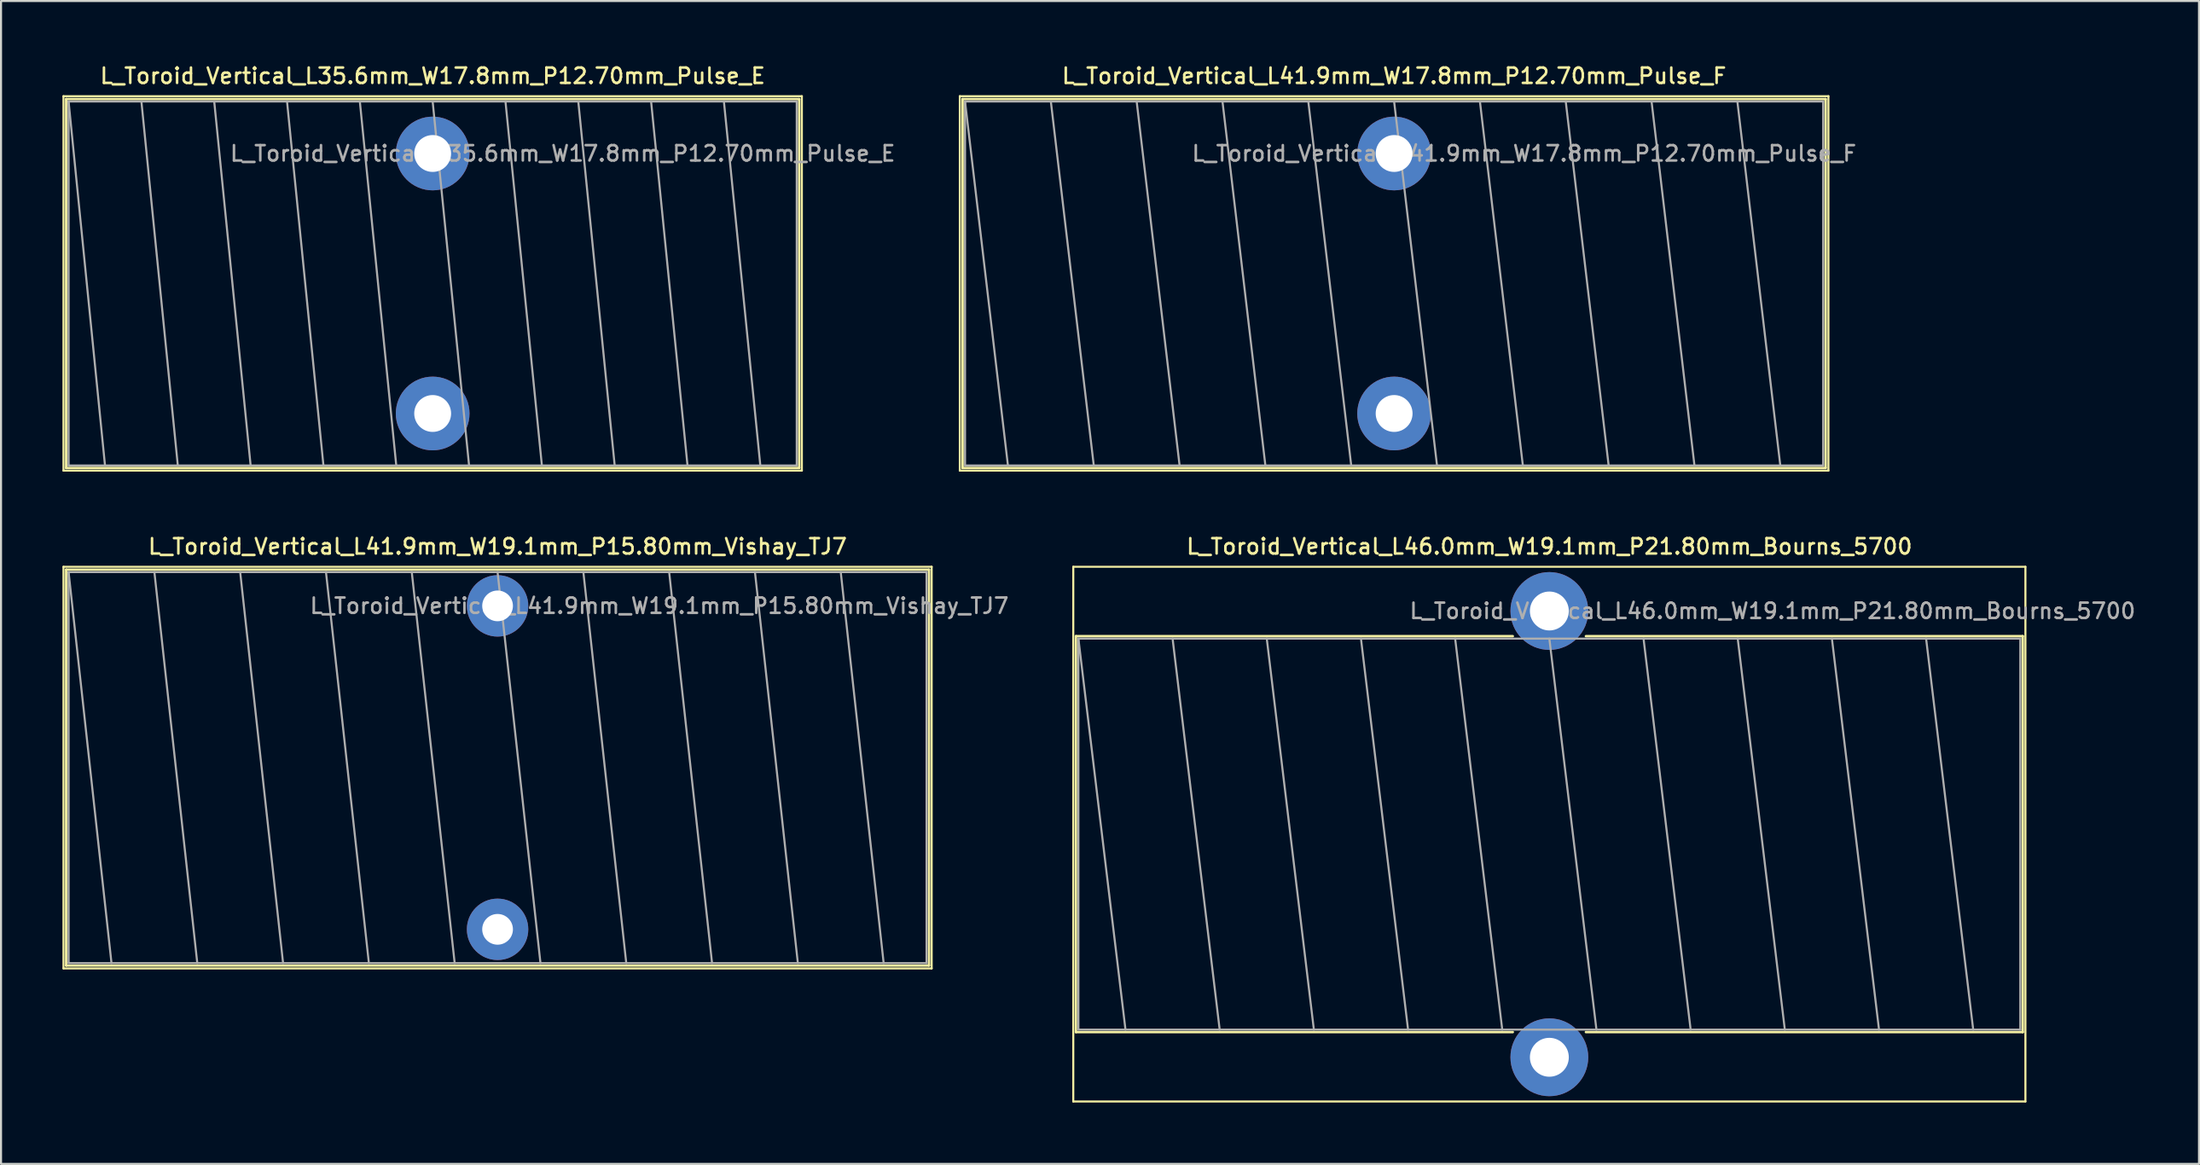
<source format=kicad_pcb>
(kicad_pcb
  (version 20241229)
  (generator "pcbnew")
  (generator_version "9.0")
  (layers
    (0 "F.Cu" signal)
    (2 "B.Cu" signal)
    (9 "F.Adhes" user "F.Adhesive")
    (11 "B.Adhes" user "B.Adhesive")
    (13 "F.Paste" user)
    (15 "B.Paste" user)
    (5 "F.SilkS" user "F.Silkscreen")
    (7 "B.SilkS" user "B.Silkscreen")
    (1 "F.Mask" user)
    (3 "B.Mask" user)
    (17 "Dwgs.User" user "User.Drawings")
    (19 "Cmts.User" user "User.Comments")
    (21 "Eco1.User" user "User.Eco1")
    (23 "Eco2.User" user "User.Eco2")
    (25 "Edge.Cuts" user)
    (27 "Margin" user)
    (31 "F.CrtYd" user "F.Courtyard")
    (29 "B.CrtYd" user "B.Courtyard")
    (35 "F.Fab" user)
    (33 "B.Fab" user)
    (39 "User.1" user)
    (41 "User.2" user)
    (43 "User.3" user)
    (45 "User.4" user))
  (footprint "L_Toroid_Vertical_L35.6mm_W17.8mm_P12.70mm_Pulse_E"
    (layer "F.Cu")
    (at 18.08 4.448)
    (property "Reference" "L_Toroid_Vertical_L35.6mm_W17.8mm_P12.70mm_Pulse_E" (at 0 -3.79 0) (layer "F.SilkS") (effects (font (size 0.75 0.75) (thickness 0.125))))
    (attr through_hole)
    (fp_line (start -18.03 -2.8) (end -18.03 15.49) (stroke (width 0.1) (type solid)) (layer "F.SilkS"))
    (fp_line (start -18.03 15.49) (end 18.03 15.49) (stroke (width 0.1) (type solid)) (layer "F.SilkS"))
    (fp_line (start -17.9 -2.66) (end -17.9 15.36) (stroke (width 0.12) (type solid)) (layer "F.SilkS"))
    (fp_line (start -17.9 -2.66) (end 17.9 -2.66) (stroke (width 0.12) (type solid)) (layer "F.SilkS"))
    (fp_line (start -17.9 15.36) (end 17.9 15.36) (stroke (width 0.12) (type solid)) (layer "F.SilkS"))
    (fp_line (start 17.9 -2.66) (end 17.9 15.36) (stroke (width 0.12) (type solid)) (layer "F.SilkS"))
    (fp_line (start 18.03 -2.8) (end -18.03 -2.8) (stroke (width 0.1) (type solid)) (layer "F.SilkS"))
    (fp_line (start 18.03 15.49) (end 18.03 -2.8) (stroke (width 0.1) (type solid)) (layer "F.SilkS"))
    (fp_line (start -17.78 -2.54) (end -17.78 15.24) (stroke (width 0.1) (type solid)) (layer "F.Fab"))
    (fp_line (start -17.78 -2.54) (end -16.002 15.24) (stroke (width 0.1) (type solid)) (layer "F.Fab"))
    (fp_line (start -17.78 15.24) (end 17.78 15.24) (stroke (width 0.1) (type solid)) (layer "F.Fab"))
    (fp_line (start -14.224 -2.54) (end -12.446 15.24) (stroke (width 0.1) (type solid)) (layer "F.Fab"))
    (fp_line (start -10.668 -2.54) (end -8.89 15.24) (stroke (width 0.1) (type solid)) (layer "F.Fab"))
    (fp_line (start -7.112 -2.54) (end -5.334 15.24) (stroke (width 0.1) (type solid)) (layer "F.Fab"))
    (fp_line (start -3.556 -2.54) (end -1.778 15.24) (stroke (width 0.1) (type solid)) (layer "F.Fab"))
    (fp_line (start 0 -2.54) (end 1.778 15.24) (stroke (width 0.1) (type solid)) (layer "F.Fab"))
    (fp_line (start 3.556 -2.54) (end 5.334 15.24) (stroke (width 0.1) (type solid)) (layer "F.Fab"))
    (fp_line (start 7.112 -2.54) (end 8.89 15.24) (stroke (width 0.1) (type solid)) (layer "F.Fab"))
    (fp_line (start 10.668 -2.54) (end 12.446 15.24) (stroke (width 0.1) (type solid)) (layer "F.Fab"))
    (fp_line (start 14.224 -2.54) (end 16.002 15.24) (stroke (width 0.1) (type solid)) (layer "F.Fab"))
    (fp_line (start 17.78 -2.54) (end -17.78 -2.54) (stroke (width 0.1) (type solid)) (layer "F.Fab"))
    (fp_line (start 17.78 15.24) (end 17.78 -2.54) (stroke (width 0.1) (type solid)) (layer "F.Fab"))
    (fp_text user "${REFERENCE}" (at 6.35 0 0) (layer "F.Fab") (effects (font (size 0.75 0.75) (thickness 0.125))))
    (pad "1" thru_hole circle (at 0 0) (size 3.6 3.6) (drill 1.8) (layers "*.Cu" "*.Mask"))
    (pad "2" thru_hole circle (at 0 12.7) (size 3.6 3.6) (drill 1.8) (layers "*.Cu" "*.Mask")))
  (footprint "L_Toroid_Vertical_L41.9mm_W17.8mm_P12.70mm_Pulse_F"
    (layer "F.Cu")
    (at 65.035 4.448)
    (property "Reference" "L_Toroid_Vertical_L41.9mm_W17.8mm_P12.70mm_Pulse_F" (at 0 -3.79 0) (layer "F.SilkS") (effects (font (size 0.75 0.75) (thickness 0.125))))
    (attr through_hole)
    (fp_line (start -21.21 -2.8) (end -21.21 15.49) (stroke (width 0.1) (type solid)) (layer "F.SilkS"))
    (fp_line (start -21.21 15.49) (end 21.21 15.49) (stroke (width 0.1) (type solid)) (layer "F.SilkS"))
    (fp_line (start -21.075 -2.66) (end -21.075 15.36) (stroke (width 0.12) (type solid)) (layer "F.SilkS"))
    (fp_line (start -21.075 -2.66) (end 21.075 -2.66) (stroke (width 0.12) (type solid)) (layer "F.SilkS"))
    (fp_line (start -21.075 15.36) (end 21.075 15.36) (stroke (width 0.12) (type solid)) (layer "F.SilkS"))
    (fp_line (start 21.075 -2.66) (end 21.075 15.36) (stroke (width 0.12) (type solid)) (layer "F.SilkS"))
    (fp_line (start 21.21 -2.8) (end -21.21 -2.8) (stroke (width 0.1) (type solid)) (layer "F.SilkS"))
    (fp_line (start 21.21 15.49) (end 21.21 -2.8) (stroke (width 0.1) (type solid)) (layer "F.SilkS"))
    (fp_line (start -20.955 -2.54) (end -20.955 15.24) (stroke (width 0.1) (type solid)) (layer "F.Fab"))
    (fp_line (start -20.955 -2.54) (end -18.86 15.24) (stroke (width 0.1) (type solid)) (layer "F.Fab"))
    (fp_line (start -20.955 15.24) (end 20.955 15.24) (stroke (width 0.1) (type solid)) (layer "F.Fab"))
    (fp_line (start -16.764 -2.54) (end -14.668 15.24) (stroke (width 0.1) (type solid)) (layer "F.Fab"))
    (fp_line (start -12.573 -2.54) (end -10.477 15.24) (stroke (width 0.1) (type solid)) (layer "F.Fab"))
    (fp_line (start -8.382 -2.54) (end -6.287 15.24) (stroke (width 0.1) (type solid)) (layer "F.Fab"))
    (fp_line (start -4.191 -2.54) (end -2.095 15.24) (stroke (width 0.1) (type solid)) (layer "F.Fab"))
    (fp_line (start 0 -2.54) (end 2.095 15.24) (stroke (width 0.1) (type solid)) (layer "F.Fab"))
    (fp_line (start 4.191 -2.54) (end 6.287 15.24) (stroke (width 0.1) (type solid)) (layer "F.Fab"))
    (fp_line (start 8.382 -2.54) (end 10.477 15.24) (stroke (width 0.1) (type solid)) (layer "F.Fab"))
    (fp_line (start 12.573 -2.54) (end 14.668 15.24) (stroke (width 0.1) (type solid)) (layer "F.Fab"))
    (fp_line (start 16.764 -2.54) (end 18.86 15.24) (stroke (width 0.1) (type solid)) (layer "F.Fab"))
    (fp_line (start 20.955 -2.54) (end -20.955 -2.54) (stroke (width 0.1) (type solid)) (layer "F.Fab"))
    (fp_line (start 20.955 15.24) (end 20.955 -2.54) (stroke (width 0.1) (type solid)) (layer "F.Fab"))
    (fp_text user "${REFERENCE}" (at 6.35 0 0) (layer "F.Fab") (effects (font (size 0.75 0.75) (thickness 0.125))))
    (pad "1" thru_hole circle (at 0 0) (size 3.6 3.6) (drill 1.8) (layers "*.Cu" "*.Mask"))
    (pad "2" thru_hole circle (at 0 12.7) (size 3.6 3.6) (drill 1.8) (layers "*.Cu" "*.Mask")))
  (footprint "L_Toroid_Vertical_L41.9mm_W19.1mm_P15.80mm_Vishay_TJ7"
    (layer "F.Cu")
    (at 21.25 26.546)
    (property "Reference" "L_Toroid_Vertical_L41.9mm_W19.1mm_P15.80mm_Vishay_TJ7" (at 0 -2.9 0) (layer "F.SilkS") (effects (font (size 0.75 0.75) (thickness 0.125))))
    (attr through_hole)
    (fp_line (start -21.2 -1.91) (end -21.2 17.71) (stroke (width 0.1) (type solid)) (layer "F.SilkS"))
    (fp_line (start -21.2 17.71) (end 21.2 17.71) (stroke (width 0.1) (type solid)) (layer "F.SilkS"))
    (fp_line (start -21.07 -1.77) (end -21.07 17.57) (stroke (width 0.12) (type solid)) (layer "F.SilkS"))
    (fp_line (start -21.07 -1.77) (end 21.07 -1.77) (stroke (width 0.12) (type solid)) (layer "F.SilkS"))
    (fp_line (start -21.07 17.57) (end 21.07 17.57) (stroke (width 0.12) (type solid)) (layer "F.SilkS"))
    (fp_line (start 21.07 -1.77) (end 21.07 17.57) (stroke (width 0.12) (type solid)) (layer "F.SilkS"))
    (fp_line (start 21.2 -1.91) (end -21.2 -1.91) (stroke (width 0.1) (type solid)) (layer "F.SilkS"))
    (fp_line (start 21.2 17.71) (end 21.2 -1.91) (stroke (width 0.1) (type solid)) (layer "F.SilkS"))
    (fp_line (start -20.95 -1.65) (end -20.95 17.45) (stroke (width 0.1) (type solid)) (layer "F.Fab"))
    (fp_line (start -20.95 -1.65) (end -18.855 17.45) (stroke (width 0.1) (type solid)) (layer "F.Fab"))
    (fp_line (start -20.95 17.45) (end 20.95 17.45) (stroke (width 0.1) (type solid)) (layer "F.Fab"))
    (fp_line (start -16.76 -1.65) (end -14.665 17.45) (stroke (width 0.1) (type solid)) (layer "F.Fab"))
    (fp_line (start -12.57 -1.65) (end -10.475 17.45) (stroke (width 0.1) (type solid)) (layer "F.Fab"))
    (fp_line (start -8.38 -1.65) (end -6.285 17.45) (stroke (width 0.1) (type solid)) (layer "F.Fab"))
    (fp_line (start -4.19 -1.65) (end -2.095 17.45) (stroke (width 0.1) (type solid)) (layer "F.Fab"))
    (fp_line (start 0 -1.65) (end 2.095 17.45) (stroke (width 0.1) (type solid)) (layer "F.Fab"))
    (fp_line (start 4.19 -1.65) (end 6.285 17.45) (stroke (width 0.1) (type solid)) (layer "F.Fab"))
    (fp_line (start 8.38 -1.65) (end 10.475 17.45) (stroke (width 0.1) (type solid)) (layer "F.Fab"))
    (fp_line (start 12.57 -1.65) (end 14.665 17.45) (stroke (width 0.1) (type solid)) (layer "F.Fab"))
    (fp_line (start 16.76 -1.65) (end 18.855 17.45) (stroke (width 0.1) (type solid)) (layer "F.Fab"))
    (fp_line (start 20.95 -1.65) (end -20.95 -1.65) (stroke (width 0.1) (type solid)) (layer "F.Fab"))
    (fp_line (start 20.95 17.45) (end 20.95 -1.65) (stroke (width 0.1) (type solid)) (layer "F.Fab"))
    (fp_text user "${REFERENCE}" (at 7.9 0 0) (layer "F.Fab") (effects (font (size 0.75 0.75) (thickness 0.125))))
    (pad "1" thru_hole circle (at 0 0) (size 3 3) (drill 1.5) (layers "*.Cu" "*.Mask"))
    (pad "2" thru_hole circle (at 0 15.8) (size 3 3) (drill 1.5) (layers "*.Cu" "*.Mask")))
  (footprint "L_Toroid_Vertical_L46.0mm_W19.1mm_P21.80mm_Bourns_5700"
    (layer "F.Cu")
    (at 72.616 26.796)
    (property "Reference" "L_Toroid_Vertical_L46.0mm_W19.1mm_P21.80mm_Bourns_5700" (at 0 -3.15 0) (layer "F.SilkS") (effects (font (size 0.75 0.75) (thickness 0.125))))
    (attr through_hole)
    (fp_line (start -23.25 -2.16) (end -23.25 23.96) (stroke (width 0.1) (type solid)) (layer "F.SilkS"))
    (fp_line (start -23.25 23.96) (end 23.25 23.96) (stroke (width 0.1) (type solid)) (layer "F.SilkS"))
    (fp_line (start -23.12 1.23) (end -23.12 20.57) (stroke (width 0.12) (type solid)) (layer "F.SilkS"))
    (fp_line (start -23.12 1.23) (end -1.785 1.23) (stroke (width 0.12) (type solid)) (layer "F.SilkS"))
    (fp_line (start -23.12 20.57) (end -1.785 20.57) (stroke (width 0.12) (type solid)) (layer "F.SilkS"))
    (fp_line (start 1.785 1.23) (end 23.12 1.23) (stroke (width 0.12) (type solid)) (layer "F.SilkS"))
    (fp_line (start 1.785 20.57) (end 23.12 20.57) (stroke (width 0.12) (type solid)) (layer "F.SilkS"))
    (fp_line (start 23.12 1.23) (end 23.12 20.57) (stroke (width 0.12) (type solid)) (layer "F.SilkS"))
    (fp_line (start 23.25 -2.16) (end -23.25 -2.16) (stroke (width 0.1) (type solid)) (layer "F.SilkS"))
    (fp_line (start 23.25 23.96) (end 23.25 -2.16) (stroke (width 0.1) (type solid)) (layer "F.SilkS"))
    (fp_line (start -23 1.35) (end -23 20.45) (stroke (width 0.1) (type solid)) (layer "F.Fab"))
    (fp_line (start -23 1.35) (end -20.7 20.45) (stroke (width 0.1) (type solid)) (layer "F.Fab"))
    (fp_line (start -23 20.45) (end 23 20.45) (stroke (width 0.1) (type solid)) (layer "F.Fab"))
    (fp_line (start -18.4 1.35) (end -16.1 20.45) (stroke (width 0.1) (type solid)) (layer "F.Fab"))
    (fp_line (start -13.8 1.35) (end -11.5 20.45) (stroke (width 0.1) (type solid)) (layer "F.Fab"))
    (fp_line (start -9.2 1.35) (end -6.9 20.45) (stroke (width 0.1) (type solid)) (layer "F.Fab"))
    (fp_line (start -4.6 1.35) (end -2.3 20.45) (stroke (width 0.1) (type solid)) (layer "F.Fab"))
    (fp_line (start 0 1.35) (end 2.3 20.45) (stroke (width 0.1) (type solid)) (layer "F.Fab"))
    (fp_line (start 4.6 1.35) (end 6.9 20.45) (stroke (width 0.1) (type solid)) (layer "F.Fab"))
    (fp_line (start 9.2 1.35) (end 11.5 20.45) (stroke (width 0.1) (type solid)) (layer "F.Fab"))
    (fp_line (start 13.8 1.35) (end 16.1 20.45) (stroke (width 0.1) (type solid)) (layer "F.Fab"))
    (fp_line (start 18.4 1.35) (end 20.7 20.45) (stroke (width 0.1) (type solid)) (layer "F.Fab"))
    (fp_line (start 23 1.35) (end -23 1.35) (stroke (width 0.1) (type solid)) (layer "F.Fab"))
    (fp_line (start 23 20.45) (end 23 1.35) (stroke (width 0.1) (type solid)) (layer "F.Fab"))
    (fp_text user "${REFERENCE}" (at 10.9 0 0) (layer "F.Fab") (effects (font (size 0.75 0.75) (thickness 0.125))))
    (pad "1" thru_hole circle (at 0 0) (size 3.8 3.8) (drill 1.9) (layers "*.Cu" "*.Mask"))
    (pad "2" thru_hole circle (at 0 21.8) (size 3.8 3.8) (drill 1.9) (layers "*.Cu" "*.Mask")))
  (gr_rect
    (start -3 -3)
    (end 104.343 53.806)
    (stroke (width 0.1) (type default))
    (fill no)
    (layer "Edge.Cuts")))
</source>
